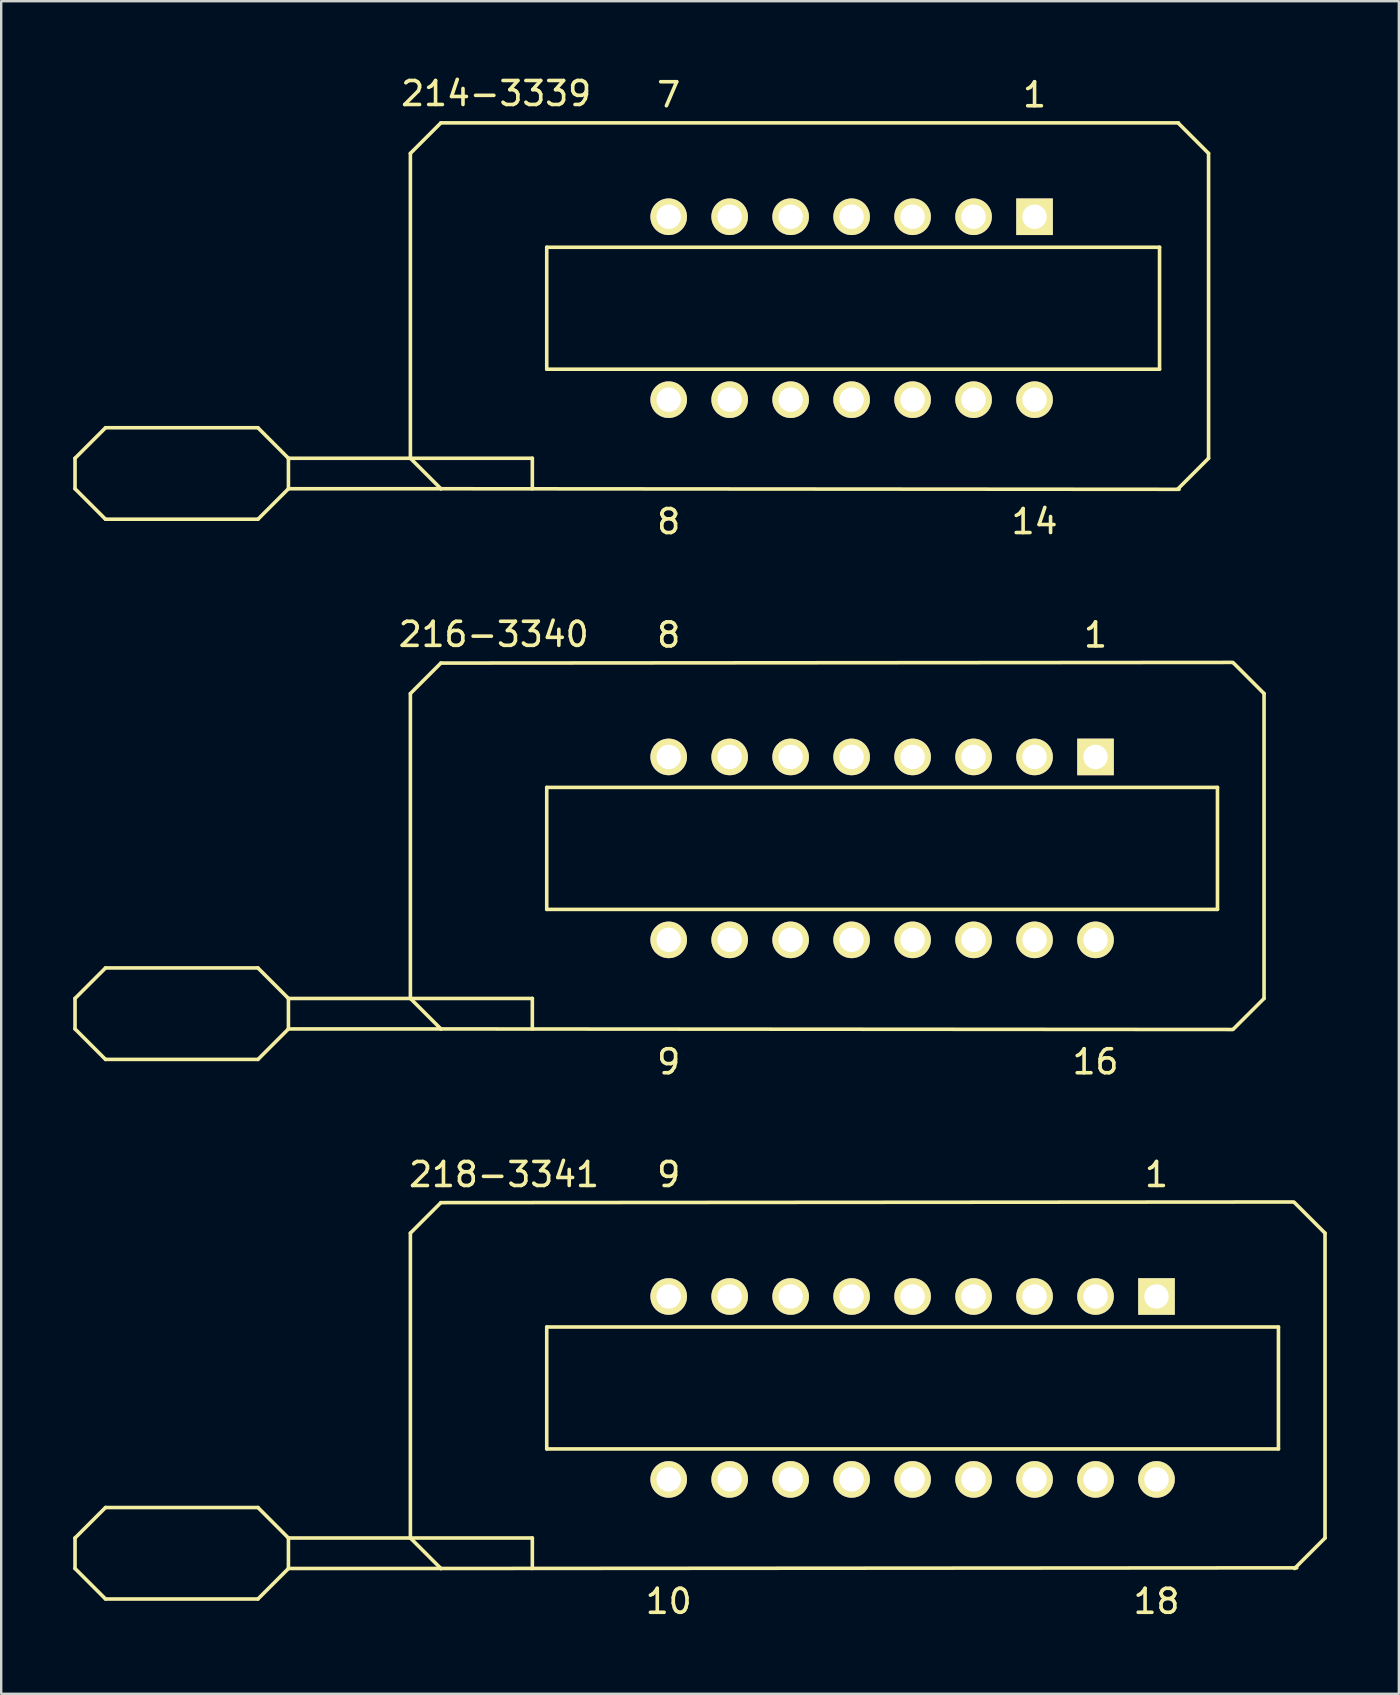
<source format=kicad_pcb>
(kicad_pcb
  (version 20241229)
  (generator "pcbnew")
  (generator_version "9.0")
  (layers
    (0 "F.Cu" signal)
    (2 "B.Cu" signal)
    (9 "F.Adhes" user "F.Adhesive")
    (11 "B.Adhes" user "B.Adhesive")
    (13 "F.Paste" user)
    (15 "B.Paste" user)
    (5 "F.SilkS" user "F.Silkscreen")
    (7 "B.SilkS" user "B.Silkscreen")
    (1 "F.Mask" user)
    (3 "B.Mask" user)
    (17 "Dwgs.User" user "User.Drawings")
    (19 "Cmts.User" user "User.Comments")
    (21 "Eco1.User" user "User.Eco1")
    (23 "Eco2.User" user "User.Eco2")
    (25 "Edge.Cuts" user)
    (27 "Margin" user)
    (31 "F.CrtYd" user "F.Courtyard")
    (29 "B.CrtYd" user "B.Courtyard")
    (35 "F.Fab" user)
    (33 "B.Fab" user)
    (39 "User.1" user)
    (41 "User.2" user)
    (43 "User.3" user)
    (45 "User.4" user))
  (footprint "218-3341"
    (layer "F.Cu")
    (at 36.235 54.767)
    (property "Reference" "218-3341" (at -18.288 -8.89 180) (layer "F.SilkS") (effects (font (size 1 1) (thickness 0.15))))
    (attr through_hole)
    (fp_line (start -36.16 6.25) (end -36.16 7.52) (stroke (width 0.15) (type solid)) (layer "F.SilkS"))
    (fp_line (start -36.16 7.52) (end -34.89 8.79) (stroke (width 0.15) (type solid)) (layer "F.SilkS"))
    (fp_line (start -34.89 4.98) (end -36.16 6.25) (stroke (width 0.15) (type solid)) (layer "F.SilkS"))
    (fp_line (start -34.89 8.79) (end -28.54 8.79) (stroke (width 0.15) (type solid)) (layer "F.SilkS"))
    (fp_line (start -28.54 4.98) (end -34.89 4.98) (stroke (width 0.15) (type solid)) (layer "F.SilkS"))
    (fp_line (start -28.54 8.79) (end -27.27 7.52) (stroke (width 0.15) (type solid)) (layer "F.SilkS"))
    (fp_line (start -27.27 6.25) (end -28.54 4.98) (stroke (width 0.15) (type solid)) (layer "F.SilkS"))
    (fp_line (start -27.27 6.25) (end -17.11 6.25) (stroke (width 0.15) (type solid)) (layer "F.SilkS"))
    (fp_line (start -27.27 7.52) (end -27.27 6.25) (stroke (width 0.15) (type solid)) (layer "F.SilkS"))
    (fp_line (start -27.27 7.52) (end -20.92 7.52) (stroke (width 0.15) (type solid)) (layer "F.SilkS"))
    (fp_line (start -22.19 -6.45) (end -20.92 -7.72) (stroke (width 0.15) (type solid)) (layer "F.SilkS"))
    (fp_line (start -22.19 6.25) (end -22.19 -6.45) (stroke (width 0.15) (type solid)) (layer "F.SilkS"))
    (fp_line (start -20.92 -7.72) (end 14.605 -7.747) (stroke (width 0.15) (type solid)) (layer "F.SilkS"))
    (fp_line (start -20.92 7.52) (end -22.19 6.25) (stroke (width 0.15) (type solid)) (layer "F.SilkS"))
    (fp_line (start -17.11 6.25) (end -17.11 7.52) (stroke (width 0.15) (type solid)) (layer "F.SilkS"))
    (fp_line (start -16.51 -2.54) (end -16.51 2.54) (stroke (width 0.15) (type solid)) (layer "F.SilkS"))
    (fp_line (start -16.51 2.54) (end 13.97 2.54) (stroke (width 0.15) (type solid)) (layer "F.SilkS"))
    (fp_line (start 13.97 -2.54) (end -16.51 -2.54) (stroke (width 0.15) (type solid)) (layer "F.SilkS"))
    (fp_line (start 13.97 2.54) (end 13.97 -2.54) (stroke (width 0.15) (type solid)) (layer "F.SilkS"))
    (fp_line (start 14.64 -7.72) (end 15.91 -6.45) (stroke (width 0.15) (type solid)) (layer "F.SilkS"))
    (fp_line (start 14.732 7.493) (end -20.92 7.52) (stroke (width 0.15) (type solid)) (layer "F.SilkS"))
    (fp_line (start 15.91 -6.45) (end 15.91 6.25) (stroke (width 0.15) (type solid)) (layer "F.SilkS"))
    (fp_line (start 15.91 6.25) (end 14.64 7.52) (stroke (width 0.15) (type solid)) (layer "F.SilkS"))
    (fp_text user "18" (at 8.89 8.89 0) (layer "F.SilkS") (effects (font (size 1 1) (thickness 0.15))))
    (fp_text user "9" (at -11.43 -8.89 0) (layer "F.SilkS") (effects (font (size 1 1) (thickness 0.15))))
    (fp_text user "10" (at -11.43 8.89 0) (layer "F.SilkS") (effects (font (size 1 1) (thickness 0.15))))
    (fp_text user "1" (at 8.89 -8.89 0) (layer "F.SilkS") (effects (font (size 1 1) (thickness 0.15))))
    (pad "1" thru_hole rect (at 8.89 -3.81) (size 1.524 1.524) (drill 1.016) (layers "*.Cu" "*.Mask" "F.SilkS"))
    (pad "2" thru_hole circle (at 6.35 -3.81) (size 1.524 1.524) (drill 1.016) (layers "*.Cu" "*.Mask" "F.SilkS"))
    (pad "3" thru_hole circle (at 3.81 -3.81) (size 1.524 1.524) (drill 1.016) (layers "*.Cu" "*.Mask" "F.SilkS"))
    (pad "4" thru_hole circle (at 1.27 -3.81) (size 1.524 1.524) (drill 1.016) (layers "*.Cu" "*.Mask" "F.SilkS"))
    (pad "5" thru_hole circle (at -1.27 -3.81) (size 1.524 1.524) (drill 1.016) (layers "*.Cu" "*.Mask" "F.SilkS"))
    (pad "6" thru_hole circle (at -3.81 -3.81) (size 1.524 1.524) (drill 1.016) (layers "*.Cu" "*.Mask" "F.SilkS"))
    (pad "7" thru_hole circle (at -6.35 -3.81) (size 1.524 1.524) (drill 1.016) (layers "*.Cu" "*.Mask" "F.SilkS"))
    (pad "8" thru_hole circle (at -8.89 -3.81) (size 1.524 1.524) (drill 1.016) (layers "*.Cu" "*.Mask" "F.SilkS"))
    (pad "9" thru_hole circle (at -11.43 -3.81) (size 1.524 1.524) (drill 1.016) (layers "*.Cu" "*.Mask" "F.SilkS"))
    (pad "10" thru_hole circle (at -11.43 3.81) (size 1.524 1.524) (drill 1.016) (layers "*.Cu" "*.Mask" "F.SilkS"))
    (pad "11" thru_hole circle (at -8.89 3.81) (size 1.524 1.524) (drill 1.016) (layers "*.Cu" "*.Mask" "F.SilkS"))
    (pad "12" thru_hole circle (at -6.35 3.81) (size 1.524 1.524) (drill 1.016) (layers "*.Cu" "*.Mask" "F.SilkS"))
    (pad "13" thru_hole circle (at -3.81 3.81) (size 1.524 1.524) (drill 1.016) (layers "*.Cu" "*.Mask" "F.SilkS"))
    (pad "14" thru_hole circle (at -1.27 3.81) (size 1.524 1.524) (drill 1.016) (layers "*.Cu" "*.Mask" "F.SilkS"))
    (pad "15" thru_hole circle (at 1.27 3.81) (size 1.524 1.524) (drill 1.016) (layers "*.Cu" "*.Mask" "F.SilkS"))
    (pad "16" thru_hole circle (at 3.81 3.81) (size 1.524 1.524) (drill 1.016) (layers "*.Cu" "*.Mask" "F.SilkS"))
    (pad "17" thru_hole circle (at 6.35 3.81) (size 1.524 1.524) (drill 1.016) (layers "*.Cu" "*.Mask" "F.SilkS"))
    (pad "18" thru_hole circle (at 8.89 3.81) (size 1.524 1.524) (drill 1.016) (layers "*.Cu" "*.Mask" "F.SilkS")))
  (footprint "216-3340"
    (layer "F.Cu")
    (at 36.235 32.291)
    (property "Reference" "216-3340" (at -18.72 -8.915 180) (layer "F.SilkS") (effects (font (size 1 1) (thickness 0.15))))
    (attr through_hole)
    (fp_line (start -36.16 6.25) (end -36.16 7.52) (stroke (width 0.15) (type solid)) (layer "F.SilkS"))
    (fp_line (start -36.16 7.52) (end -34.89 8.79) (stroke (width 0.15) (type solid)) (layer "F.SilkS"))
    (fp_line (start -34.89 4.98) (end -36.16 6.25) (stroke (width 0.15) (type solid)) (layer "F.SilkS"))
    (fp_line (start -34.89 8.79) (end -28.54 8.79) (stroke (width 0.15) (type solid)) (layer "F.SilkS"))
    (fp_line (start -28.54 4.98) (end -34.89 4.98) (stroke (width 0.15) (type solid)) (layer "F.SilkS"))
    (fp_line (start -28.54 8.79) (end -27.27 7.52) (stroke (width 0.15) (type solid)) (layer "F.SilkS"))
    (fp_line (start -27.27 6.25) (end -28.54 4.98) (stroke (width 0.15) (type solid)) (layer "F.SilkS"))
    (fp_line (start -27.27 6.25) (end -17.11 6.25) (stroke (width 0.15) (type solid)) (layer "F.SilkS"))
    (fp_line (start -27.27 7.52) (end -27.27 6.25) (stroke (width 0.15) (type solid)) (layer "F.SilkS"))
    (fp_line (start -27.27 7.52) (end -20.92 7.52) (stroke (width 0.15) (type solid)) (layer "F.SilkS"))
    (fp_line (start -22.19 -6.45) (end -20.92 -7.72) (stroke (width 0.15) (type solid)) (layer "F.SilkS"))
    (fp_line (start -22.19 6.25) (end -22.19 -6.45) (stroke (width 0.15) (type solid)) (layer "F.SilkS"))
    (fp_line (start -20.92 -7.72) (end 12.065 -7.747) (stroke (width 0.15) (type solid)) (layer "F.SilkS"))
    (fp_line (start -20.92 7.52) (end -22.19 6.25) (stroke (width 0.15) (type solid)) (layer "F.SilkS"))
    (fp_line (start -17.11 6.25) (end -17.11 7.52) (stroke (width 0.15) (type solid)) (layer "F.SilkS"))
    (fp_line (start -16.51 -2.54) (end -16.51 2.54) (stroke (width 0.15) (type solid)) (layer "F.SilkS"))
    (fp_line (start -16.51 2.54) (end 11.43 2.54) (stroke (width 0.15) (type solid)) (layer "F.SilkS"))
    (fp_line (start 11.43 -2.54) (end -16.51 -2.54) (stroke (width 0.15) (type solid)) (layer "F.SilkS"))
    (fp_line (start 11.43 2.54) (end 11.43 -2.54) (stroke (width 0.15) (type solid)) (layer "F.SilkS"))
    (fp_line (start 12.065 7.544) (end -20.92 7.52) (stroke (width 0.15) (type solid)) (layer "F.SilkS"))
    (fp_line (start 12.1 -7.72) (end 13.37 -6.45) (stroke (width 0.15) (type solid)) (layer "F.SilkS"))
    (fp_line (start 13.37 -6.45) (end 13.37 6.25) (stroke (width 0.15) (type solid)) (layer "F.SilkS"))
    (fp_line (start 13.37 6.25) (end 12.1 7.52) (stroke (width 0.15) (type solid)) (layer "F.SilkS"))
    (fp_text user "9" (at -11.43 8.89 0) (layer "F.SilkS") (effects (font (size 1 1) (thickness 0.15))))
    (fp_text user "8" (at -11.43 -8.89 0) (layer "F.SilkS") (effects (font (size 1 1) (thickness 0.15))))
    (fp_text user "16" (at 6.35 8.89 0) (layer "F.SilkS") (effects (font (size 1 1) (thickness 0.15))))
    (fp_text user "1" (at 6.35 -8.89 0) (layer "F.SilkS") (effects (font (size 1 1) (thickness 0.15))))
    (pad "1" thru_hole rect (at 6.35 -3.81) (size 1.524 1.524) (drill 1.016) (layers "*.Cu" "*.Mask" "F.SilkS"))
    (pad "2" thru_hole circle (at 3.81 -3.81) (size 1.524 1.524) (drill 1.016) (layers "*.Cu" "*.Mask" "F.SilkS"))
    (pad "3" thru_hole circle (at 1.27 -3.81) (size 1.524 1.524) (drill 1.016) (layers "*.Cu" "*.Mask" "F.SilkS"))
    (pad "4" thru_hole circle (at -1.27 -3.81) (size 1.524 1.524) (drill 1.016) (layers "*.Cu" "*.Mask" "F.SilkS"))
    (pad "5" thru_hole circle (at -3.81 -3.81) (size 1.524 1.524) (drill 1.016) (layers "*.Cu" "*.Mask" "F.SilkS"))
    (pad "6" thru_hole circle (at -6.35 -3.81) (size 1.524 1.524) (drill 1.016) (layers "*.Cu" "*.Mask" "F.SilkS"))
    (pad "7" thru_hole circle (at -8.89 -3.81) (size 1.524 1.524) (drill 1.016) (layers "*.Cu" "*.Mask" "F.SilkS"))
    (pad "8" thru_hole circle (at -11.43 -3.81) (size 1.524 1.524) (drill 1.016) (layers "*.Cu" "*.Mask" "F.SilkS"))
    (pad "9" thru_hole circle (at -11.43 3.81) (size 1.524 1.524) (drill 1.016) (layers "*.Cu" "*.Mask" "F.SilkS"))
    (pad "10" thru_hole circle (at -8.89 3.81) (size 1.524 1.524) (drill 1.016) (layers "*.Cu" "*.Mask" "F.SilkS"))
    (pad "11" thru_hole circle (at -6.35 3.81) (size 1.524 1.524) (drill 1.016) (layers "*.Cu" "*.Mask" "F.SilkS"))
    (pad "12" thru_hole circle (at -3.81 3.81) (size 1.524 1.524) (drill 1.016) (layers "*.Cu" "*.Mask" "F.SilkS"))
    (pad "13" thru_hole circle (at -1.27 3.81) (size 1.524 1.524) (drill 1.016) (layers "*.Cu" "*.Mask" "F.SilkS"))
    (pad "14" thru_hole circle (at 1.27 3.81) (size 1.524 1.524) (drill 1.016) (layers "*.Cu" "*.Mask" "F.SilkS"))
    (pad "15" thru_hole circle (at 3.81 3.81) (size 1.524 1.524) (drill 1.016) (layers "*.Cu" "*.Mask" "F.SilkS"))
    (pad "16" thru_hole circle (at 6.35 3.81) (size 1.524 1.524) (drill 1.016) (layers "*.Cu" "*.Mask" "F.SilkS")))
  (footprint "214-3339"
    (layer "F.Cu")
    (at 36.235 9.789)
    (property "Reference" "214-3339" (at -18.618 -8.941 180) (layer "F.SilkS") (effects (font (size 1 1) (thickness 0.15))))
    (attr through_hole)
    (fp_line (start -36.16 6.25) (end -36.16 7.52) (stroke (width 0.15) (type solid)) (layer "F.SilkS"))
    (fp_line (start -36.16 7.52) (end -34.89 8.79) (stroke (width 0.15) (type solid)) (layer "F.SilkS"))
    (fp_line (start -34.89 4.98) (end -36.16 6.25) (stroke (width 0.15) (type solid)) (layer "F.SilkS"))
    (fp_line (start -34.89 8.79) (end -28.54 8.79) (stroke (width 0.15) (type solid)) (layer "F.SilkS"))
    (fp_line (start -28.54 4.98) (end -34.89 4.98) (stroke (width 0.15) (type solid)) (layer "F.SilkS"))
    (fp_line (start -28.54 8.79) (end -27.27 7.52) (stroke (width 0.15) (type solid)) (layer "F.SilkS"))
    (fp_line (start -27.27 6.25) (end -28.54 4.98) (stroke (width 0.15) (type solid)) (layer "F.SilkS"))
    (fp_line (start -27.27 6.25) (end -17.11 6.25) (stroke (width 0.15) (type solid)) (layer "F.SilkS"))
    (fp_line (start -27.27 7.52) (end -27.27 6.25) (stroke (width 0.15) (type solid)) (layer "F.SilkS"))
    (fp_line (start -27.27 7.52) (end -20.92 7.52) (stroke (width 0.15) (type solid)) (layer "F.SilkS"))
    (fp_line (start -22.19 -6.45) (end -20.92 -7.72) (stroke (width 0.15) (type solid)) (layer "F.SilkS"))
    (fp_line (start -22.19 6.25) (end -22.19 -6.45) (stroke (width 0.15) (type solid)) (layer "F.SilkS"))
    (fp_line (start -20.92 -7.72) (end 9.804 -7.722) (stroke (width 0.15) (type solid)) (layer "F.SilkS"))
    (fp_line (start -20.92 7.52) (end -22.19 6.25) (stroke (width 0.15) (type solid)) (layer "F.SilkS"))
    (fp_line (start -17.11 6.25) (end -17.11 7.52) (stroke (width 0.15) (type solid)) (layer "F.SilkS"))
    (fp_line (start -16.51 -2.54) (end -16.51 2.54) (stroke (width 0.15) (type solid)) (layer "F.SilkS"))
    (fp_line (start -16.51 2.54) (end 9.017 2.54) (stroke (width 0.15) (type solid)) (layer "F.SilkS"))
    (fp_line (start 9.017 -2.54) (end -16.51 -2.54) (stroke (width 0.15) (type solid)) (layer "F.SilkS"))
    (fp_line (start 9.017 2.54) (end 9.017 -2.54) (stroke (width 0.15) (type solid)) (layer "F.SilkS"))
    (fp_line (start 9.789 -7.72) (end 11.059 -6.45) (stroke (width 0.15) (type solid)) (layer "F.SilkS"))
    (fp_line (start 9.83 7.544) (end -20.92 7.52) (stroke (width 0.15) (type solid)) (layer "F.SilkS"))
    (fp_line (start 11.059 -6.45) (end 11.059 6.25) (stroke (width 0.15) (type solid)) (layer "F.SilkS"))
    (fp_line (start 11.059 6.25) (end 9.789 7.52) (stroke (width 0.15) (type solid)) (layer "F.SilkS"))
    (fp_text user "7" (at -11.43 -8.89 0) (layer "F.SilkS") (effects (font (size 1 1) (thickness 0.15))))
    (fp_text user "14" (at 3.81 8.89 0) (layer "F.SilkS") (effects (font (size 1 1) (thickness 0.15))))
    (fp_text user "8" (at -11.43 8.89 0) (layer "F.SilkS") (effects (font (size 1 1) (thickness 0.15))))
    (fp_text user "1" (at 3.81 -8.89 0) (layer "F.SilkS") (effects (font (size 1 1) (thickness 0.15))))
    (pad "1" thru_hole rect (at 3.81 -3.81) (size 1.524 1.524) (drill 1.016) (layers "*.Cu" "*.Mask" "F.SilkS"))
    (pad "2" thru_hole circle (at 1.27 -3.81) (size 1.524 1.524) (drill 1.016) (layers "*.Cu" "*.Mask" "F.SilkS"))
    (pad "3" thru_hole circle (at -1.27 -3.81) (size 1.524 1.524) (drill 1.016) (layers "*.Cu" "*.Mask" "F.SilkS"))
    (pad "4" thru_hole circle (at -3.81 -3.81) (size 1.524 1.524) (drill 1.016) (layers "*.Cu" "*.Mask" "F.SilkS"))
    (pad "5" thru_hole circle (at -6.35 -3.81) (size 1.524 1.524) (drill 1.016) (layers "*.Cu" "*.Mask" "F.SilkS"))
    (pad "6" thru_hole circle (at -8.89 -3.81) (size 1.524 1.524) (drill 1.016) (layers "*.Cu" "*.Mask" "F.SilkS"))
    (pad "7" thru_hole circle (at -11.43 -3.81) (size 1.524 1.524) (drill 1.016) (layers "*.Cu" "*.Mask" "F.SilkS"))
    (pad "8" thru_hole circle (at -11.43 3.81) (size 1.524 1.524) (drill 1.016) (layers "*.Cu" "*.Mask" "F.SilkS"))
    (pad "9" thru_hole circle (at -8.89 3.81) (size 1.524 1.524) (drill 1.016) (layers "*.Cu" "*.Mask" "F.SilkS"))
    (pad "10" thru_hole circle (at -6.35 3.81) (size 1.524 1.524) (drill 1.016) (layers "*.Cu" "*.Mask" "F.SilkS"))
    (pad "11" thru_hole circle (at -3.81 3.81) (size 1.524 1.524) (drill 1.016) (layers "*.Cu" "*.Mask" "F.SilkS"))
    (pad "12" thru_hole circle (at -1.27 3.81) (size 1.524 1.524) (drill 1.016) (layers "*.Cu" "*.Mask" "F.SilkS"))
    (pad "13" thru_hole circle (at 1.27 3.81) (size 1.524 1.524) (drill 1.016) (layers "*.Cu" "*.Mask" "F.SilkS"))
    (pad "14" thru_hole circle (at 3.81 3.81) (size 1.524 1.524) (drill 1.016) (layers "*.Cu" "*.Mask" "F.SilkS")))
  (gr_rect
    (start -3 -3)
    (end 55.22 67.506)
    (stroke (width 0.1) (type default))
    (fill no)
    (layer "Edge.Cuts")))
</source>
